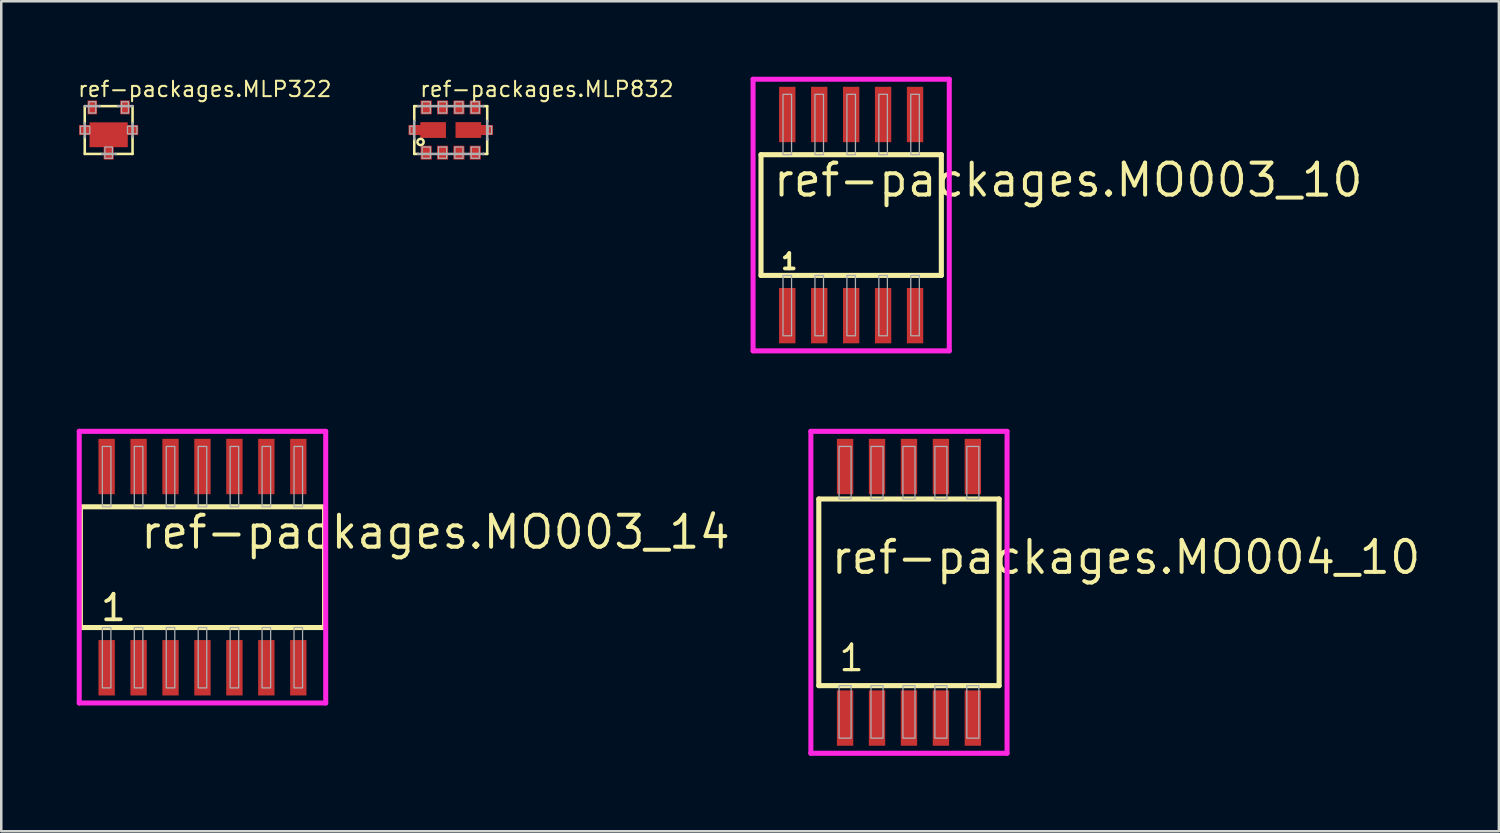
<source format=kicad_pcb>
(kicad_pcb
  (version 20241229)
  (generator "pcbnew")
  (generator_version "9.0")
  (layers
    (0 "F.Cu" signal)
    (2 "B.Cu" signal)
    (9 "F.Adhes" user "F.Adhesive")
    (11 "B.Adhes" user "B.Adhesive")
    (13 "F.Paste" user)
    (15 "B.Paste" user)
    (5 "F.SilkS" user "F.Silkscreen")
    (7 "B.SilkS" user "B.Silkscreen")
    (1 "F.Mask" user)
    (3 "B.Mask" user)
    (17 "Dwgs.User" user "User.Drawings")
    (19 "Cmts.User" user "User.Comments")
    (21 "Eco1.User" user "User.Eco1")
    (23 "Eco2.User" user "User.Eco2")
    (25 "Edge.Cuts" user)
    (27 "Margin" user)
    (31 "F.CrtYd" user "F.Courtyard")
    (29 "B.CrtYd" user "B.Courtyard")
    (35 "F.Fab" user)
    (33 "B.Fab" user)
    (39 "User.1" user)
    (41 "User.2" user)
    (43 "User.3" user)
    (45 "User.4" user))
  (footprint "ref-packages.MO003_10"
    (layer "F.Cu")
    (at 30.792 5.5)
    (property "Reference" "ref-packages.MO003_10" (at -3.175 -0.65 0) (layer "F.SilkS") (effects (font (size 1.27 1.27) (thickness 0.16)) (justify left bottom)))
    (attr smd)
    (fp_line (start -3.585 -2.4) (end 3.585 -2.4) (stroke (width 0.203) (type default)) (layer "F.SilkS"))
    (fp_line (start -3.585 2.4) (end -3.585 -2.4) (stroke (width 0.203) (type default)) (layer "F.SilkS"))
    (fp_line (start 3.585 -2.4) (end 3.585 2.4) (stroke (width 0.203) (type default)) (layer "F.SilkS"))
    (fp_line (start 3.585 2.4) (end -3.585 2.4) (stroke (width 0.203) (type default)) (layer "F.SilkS"))
    (fp_line (start -3.9 -5.4) (end 3.9 -5.4) (stroke (width 0.2) (type default)) (layer "F.CrtYd"))
    (fp_line (start -3.9 5.4) (end -3.9 -5.4) (stroke (width 0.2) (type default)) (layer "F.CrtYd"))
    (fp_line (start 3.9 -5.4) (end 3.9 5.4) (stroke (width 0.2) (type default)) (layer "F.CrtYd"))
    (fp_line (start 3.9 5.4) (end -3.9 5.4) (stroke (width 0.2) (type default)) (layer "F.CrtYd"))
    (fp_rect (start -2.71 -2.4) (end -2.37 -4.8) (stroke (width 0.05) (type default)) (fill no) (layer "F.Fab"))
    (fp_rect (start -2.71 4.8) (end -2.37 2.4) (stroke (width 0.05) (type default)) (fill no) (layer "F.Fab"))
    (fp_rect (start -1.44 -2.4) (end -1.1 -4.8) (stroke (width 0.05) (type default)) (fill no) (layer "F.Fab"))
    (fp_rect (start -1.44 4.8) (end -1.1 2.4) (stroke (width 0.05) (type default)) (fill no) (layer "F.Fab"))
    (fp_rect (start -0.17 -2.4) (end 0.17 -4.8) (stroke (width 0.05) (type default)) (fill no) (layer "F.Fab"))
    (fp_rect (start -0.17 4.8) (end 0.17 2.4) (stroke (width 0.05) (type default)) (fill no) (layer "F.Fab"))
    (fp_rect (start 1.1 -2.4) (end 1.44 -4.8) (stroke (width 0.05) (type default)) (fill no) (layer "F.Fab"))
    (fp_rect (start 1.1 4.8) (end 1.44 2.4) (stroke (width 0.05) (type default)) (fill no) (layer "F.Fab"))
    (fp_rect (start 2.37 -2.4) (end 2.71 -4.8) (stroke (width 0.05) (type default)) (fill no) (layer "F.Fab"))
    (fp_rect (start 2.37 4.8) (end 2.71 2.4) (stroke (width 0.05) (type default)) (fill no) (layer "F.Fab"))
    (fp_text user "1" (at -2.851 2.205 0) (layer "F.SilkS") (effects (font (size 0.61 0.61) (thickness 0.15)) (justify left bottom)))
    (pad "1" smd roundrect (at -2.54 4) (size 0.65 2.2) (layers "F.Cu" "F.Mask" "F.Paste") (roundrect_rratio 0.01))
    (pad "2" smd roundrect (at -1.27 4) (size 0.65 2.2) (layers "F.Cu" "F.Mask" "F.Paste") (roundrect_rratio 0.01))
    (pad "3" smd roundrect (at 0 4) (size 0.65 2.2) (layers "F.Cu" "F.Mask" "F.Paste") (roundrect_rratio 0.01))
    (pad "4" smd roundrect (at 1.27 4) (size 0.65 2.2) (layers "F.Cu" "F.Mask" "F.Paste") (roundrect_rratio 0.01))
    (pad "5" smd roundrect (at 2.54 4) (size 0.65 2.2) (layers "F.Cu" "F.Mask" "F.Paste") (roundrect_rratio 0.01))
    (pad "6" smd roundrect (at 2.54 -4) (size 0.65 2.2) (layers "F.Cu" "F.Mask" "F.Paste") (roundrect_rratio 0.01))
    (pad "7" smd roundrect (at 1.27 -4) (size 0.65 2.2) (layers "F.Cu" "F.Mask" "F.Paste") (roundrect_rratio 0.01))
    (pad "8" smd roundrect (at 0 -4) (size 0.65 2.2) (layers "F.Cu" "F.Mask" "F.Paste") (roundrect_rratio 0.01))
    (pad "9" smd roundrect (at -1.27 -4) (size 0.65 2.2) (layers "F.Cu" "F.Mask" "F.Paste") (roundrect_rratio 0.01))
    (pad "10" smd roundrect (at -2.54 -4) (size 0.65 2.2) (layers "F.Cu" "F.Mask" "F.Paste") (roundrect_rratio 0.01)))
  (footprint "ref-packages.MO004_10"
    (layer "F.Cu")
    (at 33.09 20.5)
    (property "Reference" "ref-packages.MO004_10" (at -3.175 -0.65 0) (layer "F.SilkS") (effects (font (size 1.27 1.27) (thickness 0.16)) (justify left bottom)))
    (attr smd)
    (fp_line (start -3.585 -3.71) (end 3.585 -3.71) (stroke (width 0.203) (type default)) (layer "F.SilkS"))
    (fp_line (start -3.585 3.71) (end -3.585 -3.71) (stroke (width 0.203) (type default)) (layer "F.SilkS"))
    (fp_line (start 3.585 -3.71) (end 3.585 3.71) (stroke (width 0.203) (type default)) (layer "F.SilkS"))
    (fp_line (start 3.585 3.71) (end -3.585 3.71) (stroke (width 0.203) (type default)) (layer "F.SilkS"))
    (fp_line (start -3.9 -6.4) (end 3.9 -6.4) (stroke (width 0.2) (type default)) (layer "F.CrtYd"))
    (fp_line (start -3.9 6.4) (end -3.9 -6.4) (stroke (width 0.2) (type default)) (layer "F.CrtYd"))
    (fp_line (start 3.9 -6.4) (end 3.9 6.4) (stroke (width 0.2) (type default)) (layer "F.CrtYd"))
    (fp_line (start 3.9 6.4) (end -3.9 6.4) (stroke (width 0.2) (type default)) (layer "F.CrtYd"))
    (fp_rect (start -2.78 -3.71) (end -2.3 -5.8) (stroke (width 0.05) (type default)) (fill no) (layer "F.Fab"))
    (fp_rect (start -2.78 5.8) (end -2.3 3.71) (stroke (width 0.05) (type default)) (fill no) (layer "F.Fab"))
    (fp_rect (start -1.51 -3.71) (end -1.03 -5.8) (stroke (width 0.05) (type default)) (fill no) (layer "F.Fab"))
    (fp_rect (start -1.51 5.8) (end -1.03 3.71) (stroke (width 0.05) (type default)) (fill no) (layer "F.Fab"))
    (fp_rect (start -0.24 -3.71) (end 0.24 -5.8) (stroke (width 0.05) (type default)) (fill no) (layer "F.Fab"))
    (fp_rect (start -0.24 5.8) (end 0.24 3.71) (stroke (width 0.05) (type default)) (fill no) (layer "F.Fab"))
    (fp_rect (start 1.03 -3.71) (end 1.51 -5.8) (stroke (width 0.05) (type default)) (fill no) (layer "F.Fab"))
    (fp_rect (start 1.03 5.8) (end 1.51 3.71) (stroke (width 0.05) (type default)) (fill no) (layer "F.Fab"))
    (fp_rect (start 2.3 -3.71) (end 2.78 -5.8) (stroke (width 0.05) (type default)) (fill no) (layer "F.Fab"))
    (fp_rect (start 2.3 5.8) (end 2.78 3.71) (stroke (width 0.05) (type default)) (fill no) (layer "F.Fab"))
    (fp_text user "1" (at -2.851 3.205 0) (layer "F.SilkS") (effects (font (size 1.016 1.016) (thickness 0.13)) (justify left bottom)))
    (pad "1" smd roundrect (at -2.54 5) (size 0.65 2.2) (layers "F.Cu" "F.Mask" "F.Paste") (roundrect_rratio 0.01))
    (pad "2" smd roundrect (at -1.27 5) (size 0.65 2.2) (layers "F.Cu" "F.Mask" "F.Paste") (roundrect_rratio 0.01))
    (pad "3" smd roundrect (at 0 5) (size 0.65 2.2) (layers "F.Cu" "F.Mask" "F.Paste") (roundrect_rratio 0.01))
    (pad "4" smd roundrect (at 1.27 5) (size 0.65 2.2) (layers "F.Cu" "F.Mask" "F.Paste") (roundrect_rratio 0.01))
    (pad "5" smd roundrect (at 2.54 5) (size 0.65 2.2) (layers "F.Cu" "F.Mask" "F.Paste") (roundrect_rratio 0.01))
    (pad "6" smd roundrect (at 2.54 -5) (size 0.65 2.2) (layers "F.Cu" "F.Mask" "F.Paste") (roundrect_rratio 0.01))
    (pad "7" smd roundrect (at 1.27 -5) (size 0.65 2.2) (layers "F.Cu" "F.Mask" "F.Paste") (roundrect_rratio 0.01))
    (pad "8" smd roundrect (at 0 -5) (size 0.65 2.2) (layers "F.Cu" "F.Mask" "F.Paste") (roundrect_rratio 0.01))
    (pad "9" smd roundrect (at -1.27 -5) (size 0.65 2.2) (layers "F.Cu" "F.Mask" "F.Paste") (roundrect_rratio 0.01))
    (pad "10" smd roundrect (at -2.54 -5) (size 0.65 2.2) (layers "F.Cu" "F.Mask" "F.Paste") (roundrect_rratio 0.01)))
  (footprint "ref-packages.MLP832"
    (layer "F.Cu")
    (at 14.871 2.12)
    (property "Reference" "ref-packages.MLP832" (at -1.27 -1.27 0) (layer "F.SilkS") (effects (font (size 0.61 0.61) (thickness 0.08)) (justify left bottom)))
    (attr smd)
    (fp_line (start -1.45 -0.95) (end -1.3 -0.95) (stroke (width 0.102) (type default)) (layer "F.SilkS"))
    (fp_line (start -1.45 -0.362) (end -1.45 -0.95) (stroke (width 0.102) (type default)) (layer "F.SilkS"))
    (fp_line (start -1.45 0.95) (end -1.45 0.362) (stroke (width 0.102) (type default)) (layer "F.SilkS"))
    (fp_line (start -1.3 0.95) (end -1.45 0.95) (stroke (width 0.102) (type default)) (layer "F.SilkS"))
    (fp_line (start 1.3 -0.95) (end 1.45 -0.95) (stroke (width 0.102) (type default)) (layer "F.SilkS"))
    (fp_line (start 1.45 -0.95) (end 1.45 -0.362) (stroke (width 0.102) (type default)) (layer "F.SilkS"))
    (fp_line (start 1.45 0.362) (end 1.45 0.95) (stroke (width 0.102) (type default)) (layer "F.SilkS"))
    (fp_line (start 1.45 0.95) (end 1.3 0.95) (stroke (width 0.102) (type default)) (layer "F.SilkS"))
    (fp_circle (center -1.2 0.475) (end -1.075 0.475) (stroke (width 0.1) (type default)) (fill no) (layer "F.SilkS"))
    (fp_line (start -1.45 0.362) (end -1.45 -0.362) (stroke (width 0.102) (type default)) (layer "F.Fab"))
    (fp_line (start -1.3 -0.95) (end 1.3 -0.95) (stroke (width 0.102) (type default)) (layer "F.Fab"))
    (fp_line (start 1.3 0.95) (end -1.3 0.95) (stroke (width 0.102) (type default)) (layer "F.Fab"))
    (fp_line (start 1.45 -0.362) (end 1.45 0.375) (stroke (width 0.102) (type default)) (layer "F.Fab"))
    (fp_rect (start -1.625 0.15) (end -1.488 -0.15) (stroke (width 0.05) (type default)) (fill no) (layer "F.Fab"))
    (fp_rect (start -1.137 -0.675) (end -0.812 -1.125) (stroke (width 0.05) (type default)) (fill no) (layer "F.Fab"))
    (fp_rect (start -1.137 1.125) (end -0.812 0.675) (stroke (width 0.05) (type default)) (fill no) (layer "F.Fab"))
    (fp_rect (start -0.487 -0.675) (end -0.163 -1.125) (stroke (width 0.05) (type default)) (fill no) (layer "F.Fab"))
    (fp_rect (start -0.487 1.125) (end -0.163 0.675) (stroke (width 0.05) (type default)) (fill no) (layer "F.Fab"))
    (fp_rect (start 0.163 -0.675) (end 0.487 -1.125) (stroke (width 0.05) (type default)) (fill no) (layer "F.Fab"))
    (fp_rect (start 0.163 1.125) (end 0.487 0.675) (stroke (width 0.05) (type default)) (fill no) (layer "F.Fab"))
    (fp_rect (start 0.812 -0.675) (end 1.137 -1.125) (stroke (width 0.05) (type default)) (fill no) (layer "F.Fab"))
    (fp_rect (start 0.812 1.125) (end 1.137 0.675) (stroke (width 0.05) (type default)) (fill no) (layer "F.Fab"))
    (fp_rect (start 1.488 0.15) (end 1.625 -0.15) (stroke (width 0.05) (type default)) (fill no) (layer "F.Fab"))
    (pad "1" smd roundrect (at -0.975 0.9) (size 0.44 0.55) (layers "F.Cu" "F.Mask" "F.Paste") (roundrect_rratio 0.01))
    (pad "2" smd roundrect (at -0.325 0.9) (size 0.44 0.55) (layers "F.Cu" "F.Mask" "F.Paste") (roundrect_rratio 0.01))
    (pad "3" smd roundrect (at 0.325 0.9) (size 0.44 0.55) (layers "F.Cu" "F.Mask" "F.Paste") (roundrect_rratio 0.01))
    (pad "4" smd roundrect (at 0.975 0.9) (size 0.44 0.55) (layers "F.Cu" "F.Mask" "F.Paste") (roundrect_rratio 0.01))
    (pad "5" smd roundrect (at 0.975 -0.9) (size 0.44 0.55) (layers "F.Cu" "F.Mask" "F.Paste") (roundrect_rratio 0.01))
    (pad "6" smd roundrect (at 0.325 -0.9) (size 0.44 0.55) (layers "F.Cu" "F.Mask" "F.Paste") (roundrect_rratio 0.01))
    (pad "7" smd roundrect (at -0.325 -0.9) (size 0.44 0.55) (layers "F.Cu" "F.Mask" "F.Paste") (roundrect_rratio 0.01))
    (pad "8" smd roundrect (at -0.975 -0.9) (size 0.44 0.55) (layers "F.Cu" "F.Mask" "F.Paste") (roundrect_rratio 0.01))
    (pad "F1" smd roundrect (at -0.7 0) (size 1.02 0.63) (layers "F.Cu" "F.Mask" "F.Paste") (roundrect_rratio 0.01))
    (pad "F1@1" smd roundrect (at -1.375 0) (size 0.61 0.4) (layers "F.Cu" "F.Mask" "F.Paste") (roundrect_rratio 0.01))
    (pad "F2" smd roundrect (at 0.7 0) (size 1.02 0.63) (layers "F.Cu" "F.Mask" "F.Paste") (roundrect_rratio 0.01))
    (pad "F2@2" smd roundrect (at 1.375 0) (size 0.61 0.4) (layers "F.Cu" "F.Mask" "F.Paste") (roundrect_rratio 0.01)))
  (footprint "ref-packages.MLP322"
    (layer "F.Cu")
    (at 1.27 2.12)
    (property "Reference" "ref-packages.MLP322" (at -1.27 -1.27 0) (layer "F.SilkS") (effects (font (size 0.61 0.61) (thickness 0.08)) (justify left bottom)))
    (attr smd)
    (fp_line (start -0.95 -0.263) (end -0.95 -0.95) (stroke (width 0.102) (type default)) (layer "F.SilkS"))
    (fp_line (start -0.95 0.95) (end -0.95 0.287) (stroke (width 0.102) (type default)) (layer "F.SilkS"))
    (fp_line (start -0.362 -0.95) (end 0.375 -0.95) (stroke (width 0.102) (type default)) (layer "F.SilkS"))
    (fp_line (start -0.263 0.95) (end -0.95 0.95) (stroke (width 0.102) (type default)) (layer "F.SilkS"))
    (fp_line (start 0.95 -0.95) (end 0.95 -0.275) (stroke (width 0.102) (type default)) (layer "F.SilkS"))
    (fp_line (start 0.95 0.275) (end 0.95 0.95) (stroke (width 0.102) (type default)) (layer "F.SilkS"))
    (fp_line (start 0.95 0.95) (end 0.275 0.95) (stroke (width 0.102) (type default)) (layer "F.SilkS"))
    (fp_line (start -0.95 -0.95) (end -0.362 -0.95) (stroke (width 0.102) (type default)) (layer "F.Fab"))
    (fp_line (start -0.95 0.287) (end -0.95 -0.263) (stroke (width 0.102) (type default)) (layer "F.Fab"))
    (fp_line (start 0.275 0.95) (end -0.263 0.95) (stroke (width 0.102) (type default)) (layer "F.Fab"))
    (fp_line (start 0.375 -0.95) (end 0.95 -0.95) (stroke (width 0.102) (type default)) (layer "F.Fab"))
    (fp_line (start 0.95 -0.275) (end 0.95 0.275) (stroke (width 0.102) (type default)) (layer "F.Fab"))
    (fp_rect (start -1.125 0.15) (end -0.75 -0.15) (stroke (width 0.05) (type default)) (fill no) (layer "F.Fab"))
    (fp_rect (start -0.787 -0.675) (end -0.512 -1.125) (stroke (width 0.05) (type default)) (fill no) (layer "F.Fab"))
    (fp_rect (start -0.15 1.125) (end 0.15 0.675) (stroke (width 0.05) (type default)) (fill no) (layer "F.Fab"))
    (fp_rect (start 0.512 -0.675) (end 0.787 -1.125) (stroke (width 0.05) (type default)) (fill no) (layer "F.Fab"))
    (fp_rect (start 0.75 0.15) (end 1.125 -0.15) (stroke (width 0.05) (type default)) (fill no) (layer "F.Fab"))
    (pad "B" smd roundrect (at 0.65 -0.9) (size 0.38 0.55) (layers "F.Cu" "F.Mask" "F.Paste") (roundrect_rratio 0.01))
    (pad "C" smd roundrect (at 0 0.188) (size 1.52 0.99) (layers "F.Cu" "F.Mask" "F.Paste") (roundrect_rratio 0.01))
    (pad "C@1" smd roundrect (at -0.938 0) (size 0.475 0.4) (layers "F.Cu" "F.Mask" "F.Paste") (roundrect_rratio 0.01))
    (pad "C@2" smd roundrect (at 0 0.875) (size 0.4 0.6) (layers "F.Cu" "F.Mask" "F.Paste") (roundrect_rratio 0.01))
    (pad "C@3" smd roundrect (at 0.938 0) (size 0.475 0.4) (layers "F.Cu" "F.Mask" "F.Paste") (roundrect_rratio 0.01))
    (pad "E" smd roundrect (at -0.65 -0.9) (size 0.38 0.55) (layers "F.Cu" "F.Mask" "F.Paste") (roundrect_rratio 0.01)))
  (footprint "ref-packages.MO003_14"
    (layer "F.Cu")
    (at 5 19.5)
    (property "Reference" "ref-packages.MO003_14" (at -2.54 -0.65 0) (layer "F.SilkS") (effects (font (size 1.27 1.27) (thickness 0.16)) (justify left bottom)))
    (attr smd)
    (fp_line (start -4.855 -2.4) (end 4.855 -2.4) (stroke (width 0.203) (type default)) (layer "F.SilkS"))
    (fp_line (start -4.855 2.4) (end -4.855 -2.4) (stroke (width 0.203) (type default)) (layer "F.SilkS"))
    (fp_line (start 4.855 -2.4) (end 4.855 2.4) (stroke (width 0.203) (type default)) (layer "F.SilkS"))
    (fp_line (start 4.855 2.4) (end -4.855 2.4) (stroke (width 0.203) (type default)) (layer "F.SilkS"))
    (fp_line (start -4.9 -5.4) (end 4.9 -5.4) (stroke (width 0.2) (type default)) (layer "F.CrtYd"))
    (fp_line (start -4.9 5.4) (end -4.9 -5.4) (stroke (width 0.2) (type default)) (layer "F.CrtYd"))
    (fp_line (start 4.9 -5.4) (end 4.9 5.4) (stroke (width 0.2) (type default)) (layer "F.CrtYd"))
    (fp_line (start 4.9 5.4) (end -4.9 5.4) (stroke (width 0.2) (type default)) (layer "F.CrtYd"))
    (fp_rect (start -3.98 -2.4) (end -3.64 -4.8) (stroke (width 0.05) (type default)) (fill no) (layer "F.Fab"))
    (fp_rect (start -3.98 4.8) (end -3.64 2.4) (stroke (width 0.05) (type default)) (fill no) (layer "F.Fab"))
    (fp_rect (start -2.71 -2.4) (end -2.37 -4.8) (stroke (width 0.05) (type default)) (fill no) (layer "F.Fab"))
    (fp_rect (start -2.71 4.8) (end -2.37 2.4) (stroke (width 0.05) (type default)) (fill no) (layer "F.Fab"))
    (fp_rect (start -1.44 -2.4) (end -1.1 -4.8) (stroke (width 0.05) (type default)) (fill no) (layer "F.Fab"))
    (fp_rect (start -1.44 4.8) (end -1.1 2.4) (stroke (width 0.05) (type default)) (fill no) (layer "F.Fab"))
    (fp_rect (start -0.17 -2.4) (end 0.17 -4.8) (stroke (width 0.05) (type default)) (fill no) (layer "F.Fab"))
    (fp_rect (start -0.17 4.8) (end 0.17 2.4) (stroke (width 0.05) (type default)) (fill no) (layer "F.Fab"))
    (fp_rect (start 1.1 -2.4) (end 1.44 -4.8) (stroke (width 0.05) (type default)) (fill no) (layer "F.Fab"))
    (fp_rect (start 1.1 4.8) (end 1.44 2.4) (stroke (width 0.05) (type default)) (fill no) (layer "F.Fab"))
    (fp_rect (start 2.37 -2.4) (end 2.71 -4.8) (stroke (width 0.05) (type default)) (fill no) (layer "F.Fab"))
    (fp_rect (start 2.37 4.8) (end 2.71 2.4) (stroke (width 0.05) (type default)) (fill no) (layer "F.Fab"))
    (fp_rect (start 3.64 -2.4) (end 3.98 -4.8) (stroke (width 0.05) (type default)) (fill no) (layer "F.Fab"))
    (fp_rect (start 3.64 4.8) (end 3.98 2.4) (stroke (width 0.05) (type default)) (fill no) (layer "F.Fab"))
    (fp_text user "1" (at -4.121 2.205 0) (layer "F.SilkS") (effects (font (size 1.016 1.016) (thickness 0.15)) (justify left bottom)))
    (pad "1" smd roundrect (at -3.81 4) (size 0.65 2.2) (layers "F.Cu" "F.Mask" "F.Paste") (roundrect_rratio 0.01))
    (pad "2" smd roundrect (at -2.54 4) (size 0.65 2.2) (layers "F.Cu" "F.Mask" "F.Paste") (roundrect_rratio 0.01))
    (pad "3" smd roundrect (at -1.27 4) (size 0.65 2.2) (layers "F.Cu" "F.Mask" "F.Paste") (roundrect_rratio 0.01))
    (pad "4" smd roundrect (at 0 4) (size 0.65 2.2) (layers "F.Cu" "F.Mask" "F.Paste") (roundrect_rratio 0.01))
    (pad "5" smd roundrect (at 1.27 4) (size 0.65 2.2) (layers "F.Cu" "F.Mask" "F.Paste") (roundrect_rratio 0.01))
    (pad "6" smd roundrect (at 2.54 4) (size 0.65 2.2) (layers "F.Cu" "F.Mask" "F.Paste") (roundrect_rratio 0.01))
    (pad "7" smd roundrect (at 3.81 4) (size 0.65 2.2) (layers "F.Cu" "F.Mask" "F.Paste") (roundrect_rratio 0.01))
    (pad "8" smd roundrect (at 3.81 -4) (size 0.65 2.2) (layers "F.Cu" "F.Mask" "F.Paste") (roundrect_rratio 0.01))
    (pad "9" smd roundrect (at 2.54 -4) (size 0.65 2.2) (layers "F.Cu" "F.Mask" "F.Paste") (roundrect_rratio 0.01))
    (pad "10" smd roundrect (at 1.27 -4) (size 0.65 2.2) (layers "F.Cu" "F.Mask" "F.Paste") (roundrect_rratio 0.01))
    (pad "11" smd roundrect (at 0 -4) (size 0.65 2.2) (layers "F.Cu" "F.Mask" "F.Paste") (roundrect_rratio 0.01))
    (pad "12" smd roundrect (at -1.27 -4) (size 0.65 2.2) (layers "F.Cu" "F.Mask" "F.Paste") (roundrect_rratio 0.01))
    (pad "13" smd roundrect (at -2.54 -4) (size 0.65 2.2) (layers "F.Cu" "F.Mask" "F.Paste") (roundrect_rratio 0.01))
    (pad "14" smd roundrect (at -3.81 -4) (size 0.65 2.2) (layers "F.Cu" "F.Mask" "F.Paste") (roundrect_rratio 0.01)))
  (gr_rect
    (start -3 -3)
    (end 56.545 30)
    (stroke (width 0.1) (type default))
    (fill no)
    (layer "Edge.Cuts")))
</source>
